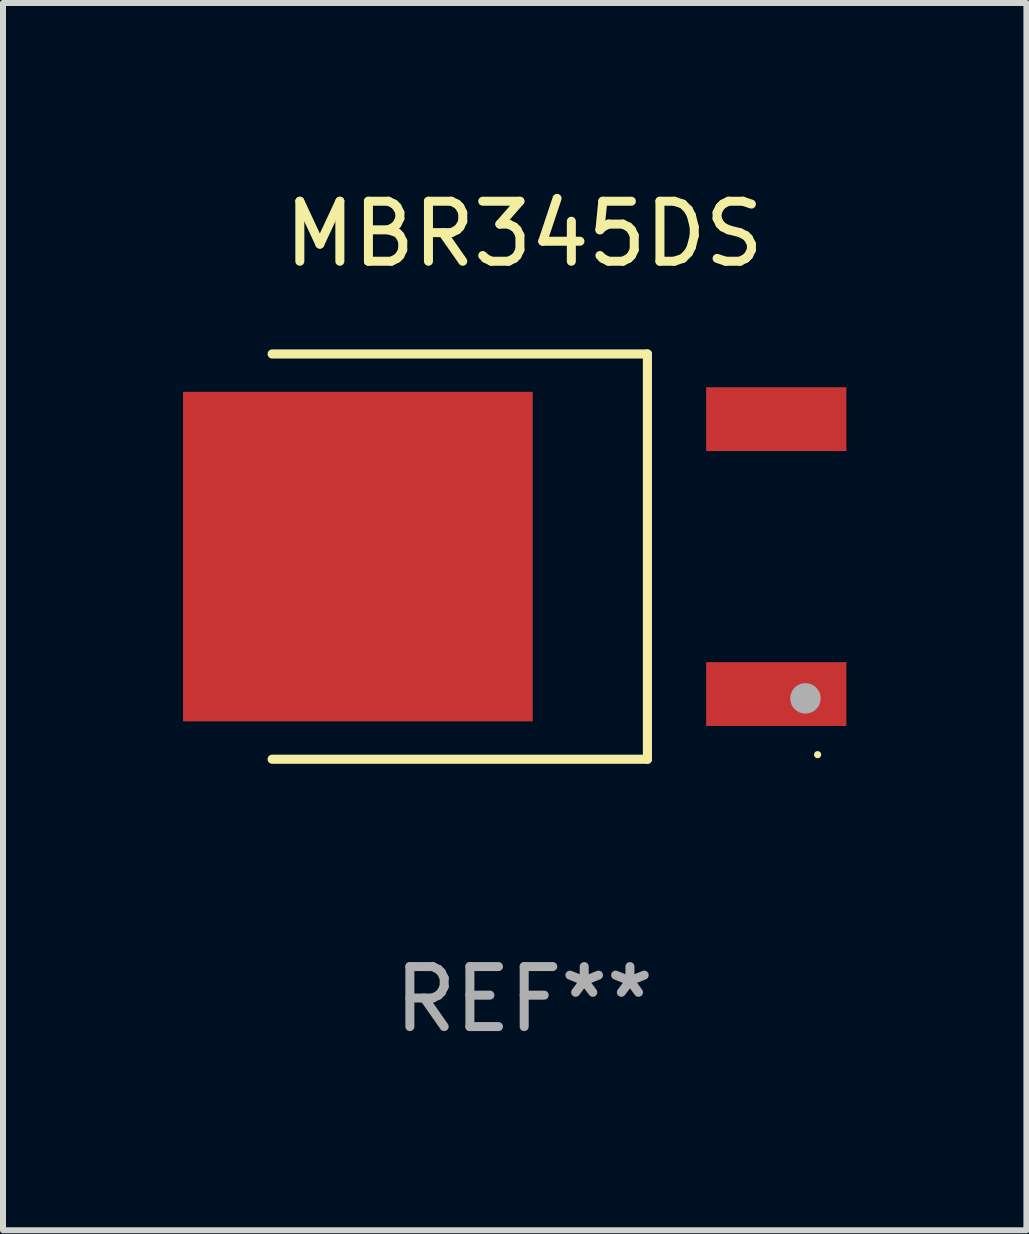
<source format=kicad_pcb>
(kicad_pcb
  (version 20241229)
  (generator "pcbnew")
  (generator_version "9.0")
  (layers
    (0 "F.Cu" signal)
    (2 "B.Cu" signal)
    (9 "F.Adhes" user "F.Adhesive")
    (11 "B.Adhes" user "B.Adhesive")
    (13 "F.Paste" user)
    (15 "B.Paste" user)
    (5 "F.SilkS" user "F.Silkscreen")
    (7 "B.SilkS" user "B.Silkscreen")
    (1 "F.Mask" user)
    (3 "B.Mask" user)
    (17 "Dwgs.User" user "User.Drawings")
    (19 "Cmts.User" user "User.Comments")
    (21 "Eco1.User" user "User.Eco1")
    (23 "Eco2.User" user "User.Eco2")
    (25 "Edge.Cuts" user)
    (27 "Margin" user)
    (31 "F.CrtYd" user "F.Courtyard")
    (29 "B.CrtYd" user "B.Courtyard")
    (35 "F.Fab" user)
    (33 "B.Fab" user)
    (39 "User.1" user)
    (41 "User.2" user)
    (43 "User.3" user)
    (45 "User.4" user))
  (footprint "MBR345DS"
    (layer "F.Cu")
    (at 5.684 6.224)
    (property "Reference" "MBR345DS" (at 0 -5.376 0) (layer "F.SilkS") (effects (font (size 1 1) (thickness 0.15))))
    (attr through_hole)
    (fp_line (start -4.2 -3.376) (end 2.053 -3.376) (stroke (width 0.152) (type solid)) (layer "F.SilkS"))
    (fp_line (start -4.2 3.376) (end 2.053 3.376) (stroke (width 0.152) (type solid)) (layer "F.SilkS"))
    (fp_line (start 2.053 3.376) (end 2.053 -3.376) (stroke (width 0.152) (type solid)) (layer "F.SilkS"))
    (fp_circle (center 4.889 3.3) (end 4.919 3.3) (stroke (width 0.06) (type solid)) (fill no) (layer "F.SilkS"))
    (fp_circle (center 4.686 2.362) (end 4.813 2.362) (stroke (width 0.254) (type solid)) (fill no) (layer "F.Fab"))
    (fp_text user "REF**" (at 0 7.376 0) (layer "F.Fab") (effects (font (size 1 1) (thickness 0.15))))
    (pad "1" smd rect (at 4.2 2.29) (size 2.336 1.064) (layers "F.Cu" "F.Mask" "F.Paste"))
    (pad "3" smd rect (at 4.2 -2.29) (size 2.336 1.064) (layers "F.Cu" "F.Mask" "F.Paste"))
    (pad "4" smd rect (at -2.771 0) (size 5.826 5.491) (layers "F.Cu" "F.Mask" "F.Paste")))
  (gr_rect
    (start -3 -3)
    (end 14.052 17.449)
    (stroke (width 0.1) (type default))
    (fill no)
    (layer "Edge.Cuts")))
</source>
